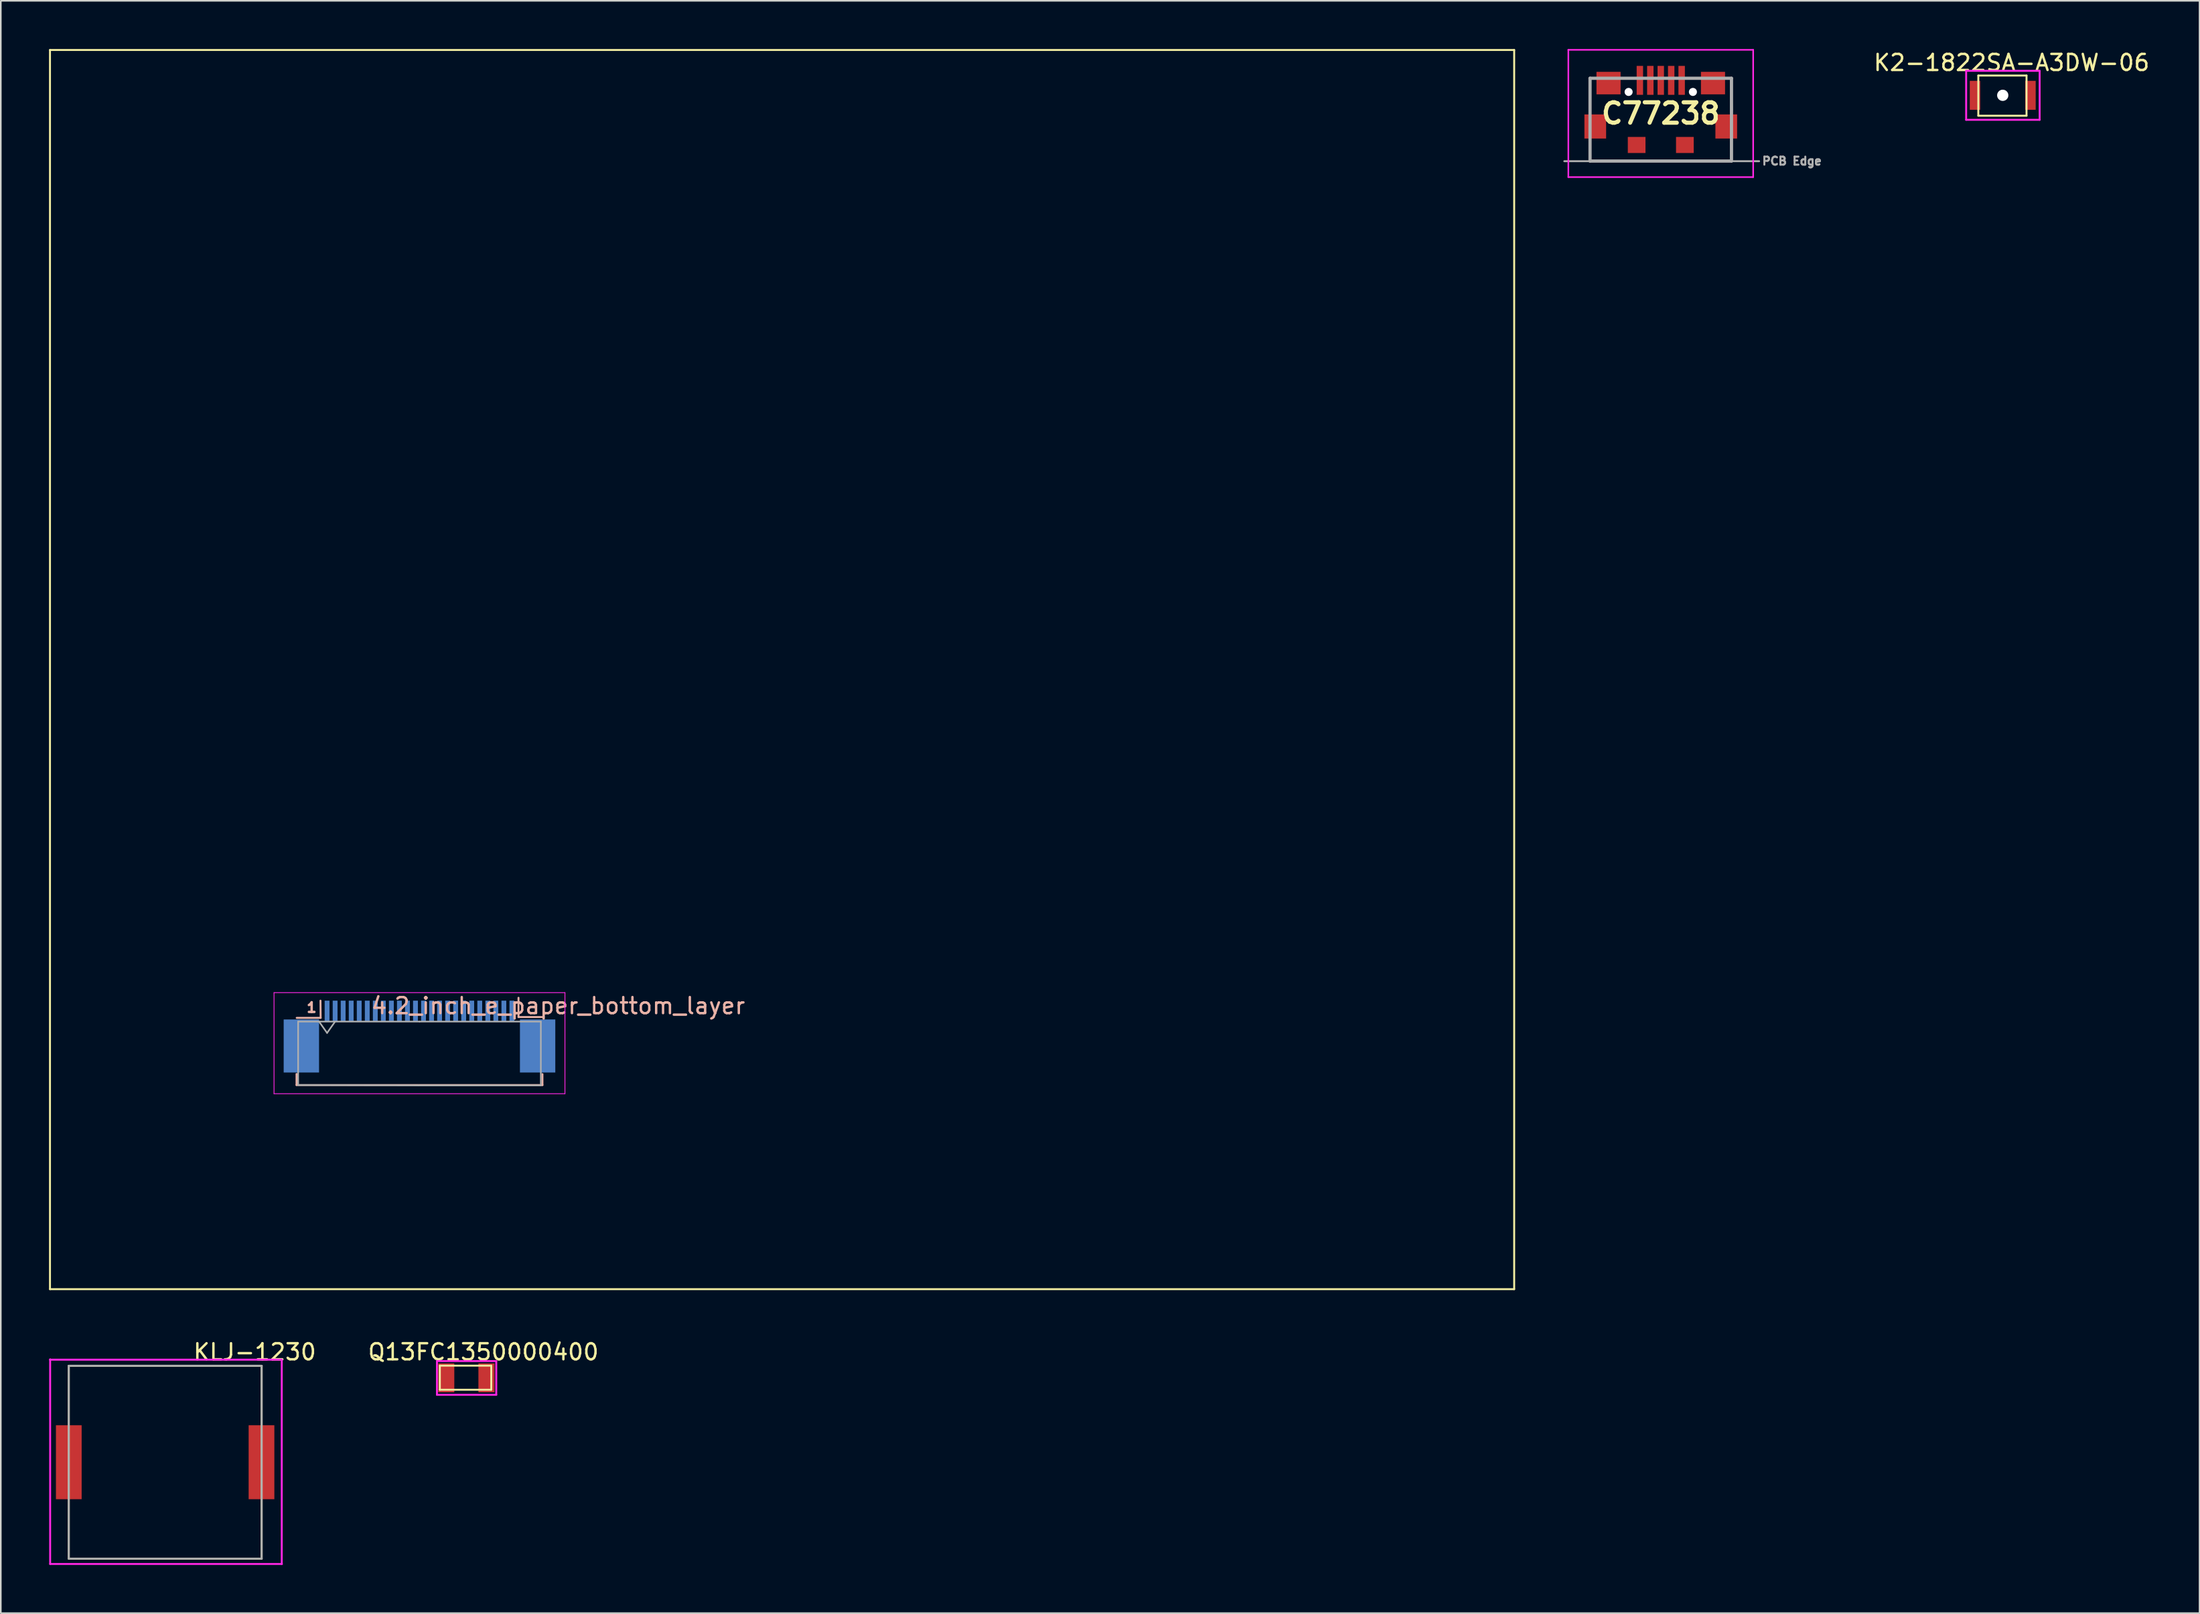
<source format=kicad_pcb>
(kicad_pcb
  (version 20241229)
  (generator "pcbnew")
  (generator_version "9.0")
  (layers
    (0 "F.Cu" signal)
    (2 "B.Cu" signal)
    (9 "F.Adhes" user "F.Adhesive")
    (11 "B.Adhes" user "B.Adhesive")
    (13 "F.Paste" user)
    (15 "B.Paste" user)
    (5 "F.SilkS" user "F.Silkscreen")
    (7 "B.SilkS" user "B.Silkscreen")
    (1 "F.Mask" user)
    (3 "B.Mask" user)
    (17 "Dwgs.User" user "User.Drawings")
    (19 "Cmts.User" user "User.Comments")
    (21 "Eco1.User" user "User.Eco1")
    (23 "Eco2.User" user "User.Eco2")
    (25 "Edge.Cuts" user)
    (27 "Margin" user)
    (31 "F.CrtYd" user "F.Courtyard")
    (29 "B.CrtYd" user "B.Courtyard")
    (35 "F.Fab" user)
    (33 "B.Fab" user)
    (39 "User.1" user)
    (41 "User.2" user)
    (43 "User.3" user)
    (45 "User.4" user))
  (footprint "KLJ-1230"
    (layer "F.Cu")
    (at 7.3 87.858)
    (property "Reference" "KLJ-1230" (at 5.5 -6.79 0) (layer "F.SilkS") (effects (font (size 1 1) (thickness 0.15))))
    (attr smd)
    (fp_line (start -6.07 -5.93) (end 5.93 -5.93) (stroke (width 0.12) (type solid)) (layer "F.SilkS"))
    (fp_line (start -6.07 6.07) (end -6.07 -5.93) (stroke (width 0.12) (type solid)) (layer "F.SilkS"))
    (fp_line (start 5.93 6.07) (end -6.07 6.07) (stroke (width 0.12) (type solid)) (layer "F.SilkS"))
    (fp_line (start 5.93 6.07) (end 5.93 -5.93) (stroke (width 0.12) (type solid)) (layer "F.SilkS"))
    (fp_line (start -7.24 -6.31) (end 7.18 -6.31) (stroke (width 0.12) (type solid)) (layer "F.CrtYd"))
    (fp_line (start -7.23 6.4) (end -7.23 -6.33) (stroke (width 0.12) (type solid)) (layer "F.CrtYd"))
    (fp_line (start 7.18 -6.31) (end 7.18 6.4) (stroke (width 0.12) (type solid)) (layer "F.CrtYd"))
    (fp_line (start 7.19 6.4) (end -7.23 6.4) (stroke (width 0.12) (type solid)) (layer "F.CrtYd"))
    (fp_line (start -6.07 -5.93) (end 5.93 -5.93) (stroke (width 0.12) (type solid)) (layer "F.Fab"))
    (fp_line (start -6.07 6.07) (end -6.07 -5.93) (stroke (width 0.12) (type solid)) (layer "F.Fab"))
    (fp_line (start 5.93 6.07) (end -6.07 6.07) (stroke (width 0.12) (type solid)) (layer "F.Fab"))
    (fp_line (start 5.93 6.07) (end 5.93 -5.93) (stroke (width 0.12) (type solid)) (layer "F.Fab"))
    (pad "1" smd rect (at -6.07 0.07) (size 1.6 4.6) (layers "F.Cu" "F.Mask" "F.Paste"))
    (pad "2" smd rect (at 5.92 0.07) (size 1.6 4.6) (layers "F.Cu" "F.Mask" "F.Paste")))
  (footprint "4.2_inch_e_paper_bottom_layer"
    (layer "F.Cu")
    (at 23.08 63.11)
    (property "Reference" "4.2_inch_e_paper_bottom_layer" (at 8.6 -3.58 0) (layer "B.SilkS") (effects (font (size 1 1) (thickness 0.15))))
    (attr smd)
    (fp_line (start -23.02 -63.05) (end -23.02 14.05) (stroke (width 0.12) (type solid)) (layer "F.SilkS"))
    (fp_line (start -23.02 -63.05) (end 68.08 -63.05) (stroke (width 0.12) (type solid)) (layer "F.SilkS"))
    (fp_line (start -23.02 14.05) (end 68.08 14.05) (stroke (width 0.12) (type solid)) (layer "F.SilkS"))
    (fp_line (start 68.08 -63.05) (end 68.08 14.05) (stroke (width 0.12) (type solid)) (layer "F.SilkS"))
    (fp_line (start -7.68 0.66) (end -7.68 1.35) (stroke (width 0.12) (type solid)) (layer "B.SilkS"))
    (fp_line (start -7.68 1.35) (end 7.62 1.35) (stroke (width 0.12) (type solid)) (layer "B.SilkS"))
    (fp_line (start -6.18 -2.83) (end -7.67 -2.83) (stroke (width 0.12) (type solid)) (layer "B.SilkS"))
    (fp_line (start -6.18 -2.83) (end -6.19 -3.9) (stroke (width 0.12) (type solid)) (layer "B.SilkS"))
    (fp_line (start 6.13 -2.88) (end 6.13 -4.08) (stroke (width 0.12) (type solid)) (layer "B.SilkS"))
    (fp_line (start 6.13 -2.88) (end 7.62 -2.88) (stroke (width 0.12) (type solid)) (layer "B.SilkS"))
    (fp_line (start 7.62 1.35) (end 7.62 0.67) (stroke (width 0.12) (type solid)) (layer "B.SilkS"))
    (fp_line (start -9.08 -4.4) (end -9.08 1.89) (stroke (width 0.05) (type solid)) (layer "F.CrtYd"))
    (fp_line (start -9.08 1.89) (end 9.02 1.89) (stroke (width 0.05) (type solid)) (layer "F.CrtYd"))
    (fp_line (start 9.02 -4.4) (end -9.08 -4.4) (stroke (width 0.05) (type solid)) (layer "F.CrtYd"))
    (fp_line (start 9.02 1.89) (end 9.02 -4.4) (stroke (width 0.05) (type solid)) (layer "F.CrtYd"))
    (fp_line (start -7.58 -2.6) (end -7.58 1.35) (stroke (width 0.1) (type solid)) (layer "F.Fab"))
    (fp_line (start -7.57 1.35) (end -0.09 1.37) (stroke (width 0.1) (type solid)) (layer "F.Fab"))
    (fp_line (start -6.28 -2.6) (end -5.78 -1.893) (stroke (width 0.1) (type solid)) (layer "F.Fab"))
    (fp_line (start -5.78 -1.893) (end -5.28 -2.6) (stroke (width 0.1) (type solid)) (layer "F.Fab"))
    (fp_line (start -0.03 -2.6) (end -7.58 -2.6) (stroke (width 0.1) (type solid)) (layer "F.Fab"))
    (fp_line (start -0.03 -2.6) (end 7.52 -2.6) (stroke (width 0.1) (type solid)) (layer "F.Fab"))
    (fp_line (start 7.52 -2.6) (end 7.52 1.37) (stroke (width 0.1) (type solid)) (layer "F.Fab"))
    (fp_line (start 7.52 1.37) (end -0.09 1.37) (stroke (width 0.1) (type solid)) (layer "F.Fab"))
    (fp_text user "1" (at -6.74 -3.47 0) (layer "B.SilkS") (effects (font (size 0.6 0.6) (thickness 0.15))))
    (pad "1" smd rect (at -5.78 -3.25) (size 0.3 1.3) (layers "B.Cu" "B.Mask" "B.Paste"))
    (pad "2" smd rect (at -5.28 -3.25) (size 0.3 1.3) (layers "B.Cu" "B.Mask" "B.Paste"))
    (pad "3" smd rect (at -4.78 -3.25) (size 0.3 1.3) (layers "B.Cu" "B.Mask" "B.Paste"))
    (pad "4" smd rect (at -4.28 -3.25) (size 0.3 1.3) (layers "B.Cu" "B.Mask" "B.Paste"))
    (pad "5" smd rect (at -3.78 -3.25) (size 0.3 1.3) (layers "B.Cu" "B.Mask" "B.Paste"))
    (pad "6" smd rect (at -3.28 -3.25) (size 0.3 1.3) (layers "B.Cu" "B.Mask" "B.Paste"))
    (pad "7" smd rect (at -2.78 -3.25) (size 0.3 1.3) (layers "B.Cu" "B.Mask" "B.Paste"))
    (pad "8" smd rect (at -2.28 -3.25) (size 0.3 1.3) (layers "B.Cu" "B.Mask" "B.Paste"))
    (pad "9" smd rect (at -1.78 -3.25) (size 0.3 1.3) (layers "B.Cu" "B.Mask" "B.Paste"))
    (pad "10" smd rect (at -1.28 -3.25) (size 0.3 1.3) (layers "B.Cu" "B.Mask" "B.Paste"))
    (pad "11" smd rect (at -0.78 -3.25) (size 0.3 1.3) (layers "B.Cu" "B.Mask" "B.Paste"))
    (pad "12" smd rect (at -0.28 -3.25) (size 0.3 1.3) (layers "B.Cu" "B.Mask" "B.Paste"))
    (pad "13" smd rect (at 0.22 -3.25) (size 0.3 1.3) (layers "B.Cu" "B.Mask" "B.Paste"))
    (pad "14" smd rect (at 0.72 -3.25) (size 0.3 1.3) (layers "B.Cu" "B.Mask" "B.Paste"))
    (pad "15" smd rect (at 1.22 -3.25) (size 0.3 1.3) (layers "B.Cu" "B.Mask" "B.Paste"))
    (pad "16" smd rect (at 1.72 -3.25) (size 0.3 1.3) (layers "B.Cu" "B.Mask" "B.Paste"))
    (pad "17" smd rect (at 2.22 -3.25) (size 0.3 1.3) (layers "B.Cu" "B.Mask" "B.Paste"))
    (pad "18" smd rect (at 2.72 -3.25) (size 0.3 1.3) (layers "B.Cu" "B.Mask" "B.Paste"))
    (pad "19" smd rect (at 3.22 -3.25) (size 0.3 1.3) (layers "B.Cu" "B.Mask" "B.Paste"))
    (pad "20" smd rect (at 3.72 -3.25) (size 0.3 1.3) (layers "B.Cu" "B.Mask" "B.Paste"))
    (pad "21" smd rect (at 4.22 -3.25) (size 0.3 1.3) (layers "B.Cu" "B.Mask" "B.Paste"))
    (pad "22" smd rect (at 4.72 -3.25) (size 0.3 1.3) (layers "B.Cu" "B.Mask" "B.Paste"))
    (pad "23" smd rect (at 5.22 -3.25) (size 0.3 1.3) (layers "B.Cu" "B.Mask" "B.Paste"))
    (pad "24" smd rect (at 5.72 -3.25) (size 0.3 1.3) (layers "B.Cu" "B.Mask" "B.Paste"))
    (pad "MP" smd rect (at -7.38 -1.08) (size 2.2 3.3) (layers "B.Cu" "B.Mask" "B.Paste"))
    (pad "MP" smd rect (at 7.32 -1.08) (size 2.2 3.3) (layers "B.Cu" "B.Mask" "B.Paste")))
  (footprint "C77238"
    (layer "F.Cu")
    (at 100.28 4.01)
    (property "Reference" "C77238" (at 0 0 0) (layer "F.SilkS") (effects (font (size 1.27 1.27) (thickness 0.254))))
    (attr through_hole)
    (fp_line (start -4.4 -2.19) (end -4.4 -0.19) (stroke (width 0.1) (type solid)) (layer "F.SilkS"))
    (fp_line (start -4.4 1.81) (end -4.4 2.96) (stroke (width 0.1) (type solid)) (layer "F.SilkS"))
    (fp_line (start -4.4 2.96) (end 4.4 2.96) (stroke (width 0.1) (type solid)) (layer "F.SilkS"))
    (fp_line (start 4.4 -2.19) (end 4.425 -0.19) (stroke (width 0.1) (type solid)) (layer "F.SilkS"))
    (fp_line (start 4.4 2.96) (end 4.4 1.81) (stroke (width 0.1) (type solid)) (layer "F.SilkS"))
    (fp_line (start -5.75 -3.96) (end 5.75 -3.96) (stroke (width 0.1) (type solid)) (layer "F.CrtYd"))
    (fp_line (start -5.75 3.96) (end -5.75 -3.96) (stroke (width 0.1) (type solid)) (layer "F.CrtYd"))
    (fp_line (start 5.75 -3.96) (end 5.75 3.96) (stroke (width 0.1) (type solid)) (layer "F.CrtYd"))
    (fp_line (start 5.75 3.96) (end -5.75 3.96) (stroke (width 0.1) (type solid)) (layer "F.CrtYd"))
    (fp_line (start -4.4 -2.19) (end 4.4 -2.19) (stroke (width 0.2) (type solid)) (layer "F.Fab"))
    (fp_line (start -4.4 2.96) (end -4.4 -2.19) (stroke (width 0.2) (type solid)) (layer "F.Fab"))
    (fp_line (start 4.4 -2.19) (end 4.4 2.96) (stroke (width 0.2) (type solid)) (layer "F.Fab"))
    (fp_line (start 4.4 2.96) (end -4.4 2.96) (stroke (width 0.2) (type solid)) (layer "F.Fab"))
    (fp_line (start 6.12 2.97) (end -6 2.97) (stroke (width 0.12) (type solid)) (layer "F.Fab"))
    (fp_text user "PCB Edge" (at 8.16 2.96 0) (layer "F.Fab") (effects (font (size 0.5 0.5) (thickness 0.125))))
    (pad "" np_thru_hole circle (at -2 -1.34) (size 0.5 0.5) (drill 0.5) (layers "*.Cu" "*.Mask"))
    (pad "" np_thru_hole circle (at 2 -1.34) (size 0.5 0.5) (drill 0.5) (layers "*.Cu" "*.Mask"))
    (pad "1" smd rect (at -1.3 -2.06) (size 0.4 1.8) (layers "F.Cu" "F.Mask" "F.Paste"))
    (pad "2" smd rect (at -0.65 -2.06) (size 0.4 1.8) (layers "F.Cu" "F.Mask" "F.Paste"))
    (pad "3" smd rect (at 0 -2.06) (size 0.4 1.8) (layers "F.Cu" "F.Mask" "F.Paste"))
    (pad "4" smd rect (at 0.65 -2.06) (size 0.4 1.8) (layers "F.Cu" "F.Mask" "F.Paste"))
    (pad "5" smd rect (at 1.3 -2.06) (size 0.4 1.8) (layers "F.Cu" "F.Mask" "F.Paste"))
    (pad "6" smd rect (at -4.075 0.81) (size 1.35 1.5) (layers "F.Cu" "F.Mask" "F.Paste"))
    (pad "6" smd rect (at -3.25 -1.89 90) (size 1.4 1.5) (layers "F.Cu" "F.Mask" "F.Paste"))
    (pad "6" smd rect (at -1.5 1.96 90) (size 1 1.1) (layers "F.Cu" "F.Mask" "F.Paste"))
    (pad "6" smd rect (at 1.5 1.96 90) (size 1 1.1) (layers "F.Cu" "F.Mask" "F.Paste"))
    (pad "6" smd rect (at 3.25 -1.89 90) (size 1.4 1.5) (layers "F.Cu" "F.Mask" "F.Paste"))
    (pad "6" smd rect (at 4.075 0.81) (size 1.35 1.5) (layers "F.Cu" "F.Mask" "F.Paste")))
  (footprint "K2-1822SA-A3DW-06"
    (layer "F.Cu")
    (at 121.567 2.88)
    (property "Reference" "K2-1822SA-A3DW-06" (at 0.54 -2.032 0) (layer "F.SilkS") (effects (font (size 1 1) (thickness 0.15))))
    (attr through_hole)
    (fp_line (start -1.53 -1.23) (end -1.53 1.27) (stroke (width 0.12) (type solid)) (layer "F.SilkS"))
    (fp_line (start -1.53 -1.23) (end 1.47 -1.23) (stroke (width 0.12) (type solid)) (layer "F.SilkS"))
    (fp_line (start -1.53 1.27) (end 1.47 1.27) (stroke (width 0.12) (type solid)) (layer "F.SilkS"))
    (fp_line (start 1.47 -1.23) (end 1.47 1.27) (stroke (width 0.12) (type solid)) (layer "F.SilkS"))
    (fp_line (start -2.286 -1.524) (end 2.286 -1.524) (stroke (width 0.12) (type solid)) (layer "F.CrtYd"))
    (fp_line (start -2.286 1.524) (end -2.286 -1.524) (stroke (width 0.12) (type solid)) (layer "F.CrtYd"))
    (fp_line (start 2.286 -1.524) (end 2.286 1.524) (stroke (width 0.12) (type solid)) (layer "F.CrtYd"))
    (fp_line (start 2.286 1.524) (end -2.286 1.524) (stroke (width 0.12) (type solid)) (layer "F.CrtYd"))
    (pad "" np_thru_hole circle (at -0.01 0) (size 0.7 0.7) (drill 0.7) (layers "*.Cu" "*.Mask"))
    (pad "1" smd rect (at -1.735 0) (size 0.65 1.8) (layers "F.Cu" "F.Mask" "F.Paste"))
    (pad "2" smd rect (at 1.715 0) (size 0.65 1.8) (layers "F.Cu" "F.Mask" "F.Paste")))
  (footprint "Q13FC1350000400"
    (layer "F.Cu")
    (at 25.916 82.648)
    (property "Reference" "Q13FC1350000400" (at 1.11 -1.58 0) (layer "F.SilkS") (effects (font (size 1 1) (thickness 0.15))))
    (attr smd)
    (fp_line (start -1.6 -0.73) (end -1.6 0.77) (stroke (width 0.12) (type solid)) (layer "F.SilkS"))
    (fp_line (start -1.6 0.77) (end 1.6 0.77) (stroke (width 0.12) (type solid)) (layer "F.SilkS"))
    (fp_line (start 1.6 -0.73) (end -1.6 -0.73) (stroke (width 0.12) (type solid)) (layer "F.SilkS"))
    (fp_line (start 1.6 0.77) (end 1.6 -0.73) (stroke (width 0.12) (type solid)) (layer "F.SilkS"))
    (fp_line (start -1.778 -1.016) (end 1.91 -1.016) (stroke (width 0.12) (type solid)) (layer "F.CrtYd"))
    (fp_line (start -1.778 1.084) (end -1.778 -1.016) (stroke (width 0.12) (type solid)) (layer "F.CrtYd"))
    (fp_line (start 1.91 -1.016) (end 1.91 1.084) (stroke (width 0.12) (type solid)) (layer "F.CrtYd"))
    (fp_line (start 1.91 1.084) (end -1.778 1.084) (stroke (width 0.12) (type solid)) (layer "F.CrtYd"))
    (pad "1" smd rect (at -1.2 0.03) (size 1 1.8) (layers "F.Cu" "F.Mask" "F.Paste"))
    (pad "2" smd rect (at 1.3 0.03) (size 1 1.8) (layers "F.Cu" "F.Mask" "F.Paste")))
  (gr_rect
    (start -3 -3)
    (end 133.804 97.318)
    (stroke (width 0.1) (type default))
    (fill no)
    (layer "Edge.Cuts")))
</source>
